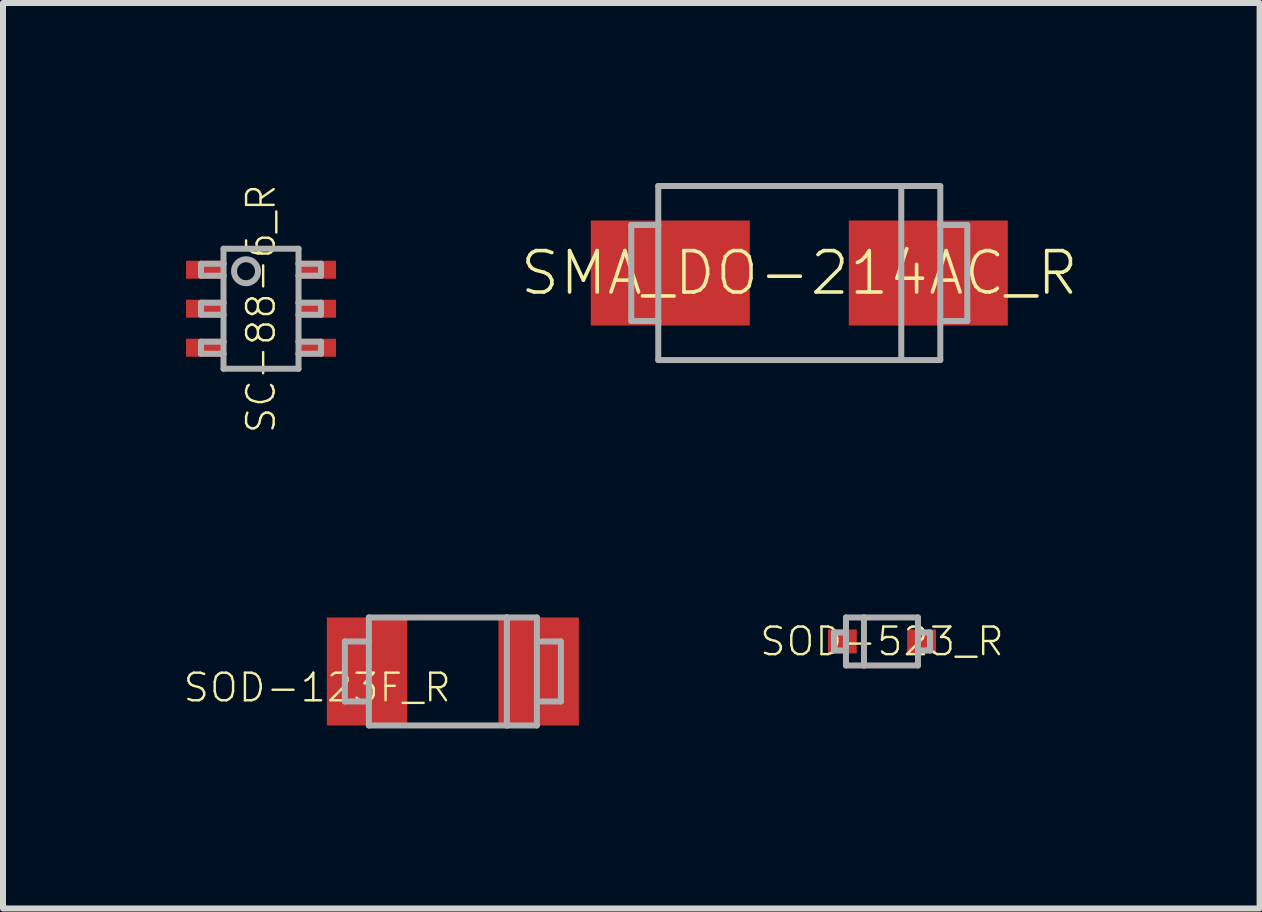
<source format=kicad_pcb>
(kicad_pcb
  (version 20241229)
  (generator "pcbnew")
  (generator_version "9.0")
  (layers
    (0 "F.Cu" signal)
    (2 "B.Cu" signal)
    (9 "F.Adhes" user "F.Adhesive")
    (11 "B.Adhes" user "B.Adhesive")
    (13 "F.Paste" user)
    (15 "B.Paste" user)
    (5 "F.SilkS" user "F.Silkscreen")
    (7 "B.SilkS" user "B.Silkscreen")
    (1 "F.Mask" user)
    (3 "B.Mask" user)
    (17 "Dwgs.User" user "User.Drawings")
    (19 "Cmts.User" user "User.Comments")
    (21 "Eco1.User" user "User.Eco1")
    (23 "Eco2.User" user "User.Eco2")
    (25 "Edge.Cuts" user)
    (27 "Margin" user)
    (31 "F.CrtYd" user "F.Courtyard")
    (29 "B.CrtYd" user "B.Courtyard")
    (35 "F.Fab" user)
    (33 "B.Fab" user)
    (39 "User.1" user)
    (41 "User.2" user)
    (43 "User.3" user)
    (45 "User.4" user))
  (footprint "SOD-523_R"
    (layer "F.Cu")
    (at 11.648 7.64)
    (property "Reference" "SOD-523_R" (at 0 0 0) (unlocked yes) (layer "F.SilkS") (effects (font (size 0.46 0.46) (thickness 0.04))))
    (fp_poly (pts (xy -0.42 0.2) (xy -0.9 0.2) (xy -0.9 -0.2) (xy -0.42 -0.2)) (stroke (width 0) (type default)) (fill yes) (layer "F.Paste"))
    (fp_poly (pts (xy 0.9 0.2) (xy 0.42 0.2) (xy 0.42 -0.2) (xy 0.9 -0.2)) (stroke (width 0) (type default)) (fill yes) (layer "F.Paste"))
    (fp_line (start -0.8 -0.15) (end -0.8 0.15) (stroke (width 0.1) (type solid)) (layer "F.Fab"))
    (fp_line (start -0.8 0.15) (end -0.6 0.15) (stroke (width 0.1) (type solid)) (layer "F.Fab"))
    (fp_line (start -0.6 -0.4) (end -0.3 -0.4) (stroke (width 0.1) (type solid)) (layer "F.Fab"))
    (fp_line (start -0.6 -0.15) (end -0.8 -0.15) (stroke (width 0.1) (type solid)) (layer "F.Fab"))
    (fp_line (start -0.6 -0.15) (end -0.6 -0.4) (stroke (width 0.1) (type solid)) (layer "F.Fab"))
    (fp_line (start -0.6 0.15) (end -0.6 -0.15) (stroke (width 0.1) (type solid)) (layer "F.Fab"))
    (fp_line (start -0.6 0.4) (end -0.6 0.15) (stroke (width 0.1) (type solid)) (layer "F.Fab"))
    (fp_line (start -0.3 -0.4) (end -0.3 0.4) (stroke (width 0.1) (type solid)) (layer "F.Fab"))
    (fp_line (start -0.3 -0.4) (end 0.6 -0.4) (stroke (width 0.1) (type solid)) (layer "F.Fab"))
    (fp_line (start -0.3 0.4) (end -0.6 0.4) (stroke (width 0.1) (type solid)) (layer "F.Fab"))
    (fp_line (start 0.6 -0.4) (end 0.6 -0.15) (stroke (width 0.1) (type solid)) (layer "F.Fab"))
    (fp_line (start 0.6 -0.15) (end 0.6 0.15) (stroke (width 0.1) (type solid)) (layer "F.Fab"))
    (fp_line (start 0.6 -0.15) (end 0.8 -0.15) (stroke (width 0.1) (type solid)) (layer "F.Fab"))
    (fp_line (start 0.6 0.15) (end 0.6 0.4) (stroke (width 0.1) (type solid)) (layer "F.Fab"))
    (fp_line (start 0.6 0.4) (end -0.3 0.4) (stroke (width 0.1) (type solid)) (layer "F.Fab"))
    (fp_line (start 0.8 -0.15) (end 0.8 0.15) (stroke (width 0.1) (type solid)) (layer "F.Fab"))
    (fp_line (start 0.8 0.15) (end 0.6 0.15) (stroke (width 0.1) (type solid)) (layer "F.Fab"))
    (pad "1" smd rect (at -0.66 0) (size 0.48 0.4) (layers "F.Cu" "F.Mask"))
    (pad "2" smd rect (at 0.66 0) (size 0.48 0.4) (layers "F.Cu" "F.Mask")))
  (footprint "SOD-123F_R"
    (layer "F.Cu")
    (at 4.497 8.14)
    (property "Reference" "SOD-123F_R" (at 0 0 0) (unlocked yes) (layer "F.SilkS") (effects (font (size 0.46 0.46) (thickness 0.04)) (justify right top)))
    (fp_poly (pts (xy -0.76 0.9) (xy -2.1 0.9) (xy -2.1 -0.9) (xy -0.76 -0.9)) (stroke (width 0) (type default)) (fill yes) (layer "F.Paste"))
    (fp_poly (pts (xy 2.1 0.9) (xy 0.76 0.9) (xy 0.76 -0.9) (xy 2.1 -0.9)) (stroke (width 0) (type default)) (fill yes) (layer "F.Paste"))
    (fp_line (start -1.8 -0.5) (end -1.8 0.5) (stroke (width 0.1) (type solid)) (layer "F.Fab"))
    (fp_line (start -1.8 0.5) (end -1.4 0.5) (stroke (width 0.1) (type solid)) (layer "F.Fab"))
    (fp_line (start -1.4 -0.9) (end -1.4 -0.5) (stroke (width 0.1) (type solid)) (layer "F.Fab"))
    (fp_line (start -1.4 -0.5) (end -1.8 -0.5) (stroke (width 0.1) (type solid)) (layer "F.Fab"))
    (fp_line (start -1.4 -0.5) (end -1.4 0.5) (stroke (width 0.1) (type solid)) (layer "F.Fab"))
    (fp_line (start -1.4 0.5) (end -1.4 0.9) (stroke (width 0.1) (type solid)) (layer "F.Fab"))
    (fp_line (start -1.4 0.9) (end 0.9 0.9) (stroke (width 0.1) (type solid)) (layer "F.Fab"))
    (fp_line (start 0.9 -0.9) (end -1.4 -0.9) (stroke (width 0.1) (type solid)) (layer "F.Fab"))
    (fp_line (start 0.9 -0.9) (end 0.9 0.9) (stroke (width 0.1) (type solid)) (layer "F.Fab"))
    (fp_line (start 0.9 0.9) (end 1.4 0.9) (stroke (width 0.1) (type solid)) (layer "F.Fab"))
    (fp_line (start 1.4 -0.9) (end 0.9 -0.9) (stroke (width 0.1) (type solid)) (layer "F.Fab"))
    (fp_line (start 1.4 -0.5) (end 1.4 -0.9) (stroke (width 0.1) (type solid)) (layer "F.Fab"))
    (fp_line (start 1.4 -0.5) (end 1.8 -0.5) (stroke (width 0.1) (type solid)) (layer "F.Fab"))
    (fp_line (start 1.4 0.5) (end 1.4 -0.5) (stroke (width 0.1) (type solid)) (layer "F.Fab"))
    (fp_line (start 1.4 0.9) (end 1.4 0.5) (stroke (width 0.1) (type solid)) (layer "F.Fab"))
    (fp_line (start 1.8 -0.5) (end 1.8 0.5) (stroke (width 0.1) (type solid)) (layer "F.Fab"))
    (fp_line (start 1.8 0.5) (end 1.4 0.5) (stroke (width 0.1) (type solid)) (layer "F.Fab"))
    (pad "A" smd rect (at -1.43 0) (size 1.34 1.8) (layers "F.Cu" "F.Mask"))
    (pad "C" smd rect (at 1.43 0) (size 1.34 1.8) (layers "F.Cu" "F.Mask")))
  (footprint "SMA_DO-214AC_R"
    (layer "F.Cu")
    (at 10.27 1.5)
    (property "Reference" "SMA_DO-214AC_R" (at 0 0 0) (unlocked yes) (layer "F.SilkS") (effects (font (size 0.69 0.69) (thickness 0.06))))
    (fp_line (start -2.8 -0.8) (end -2.8 0.8) (stroke (width 0.1) (type solid)) (layer "F.Fab"))
    (fp_line (start -2.8 0.8) (end -2.35 0.8) (stroke (width 0.1) (type solid)) (layer "F.Fab"))
    (fp_line (start -2.35 -1.45) (end -2.35 -0.8) (stroke (width 0.1) (type solid)) (layer "F.Fab"))
    (fp_line (start -2.35 -0.8) (end -2.8 -0.8) (stroke (width 0.1) (type solid)) (layer "F.Fab"))
    (fp_line (start -2.35 -0.8) (end -2.35 0.8) (stroke (width 0.1) (type solid)) (layer "F.Fab"))
    (fp_line (start -2.35 0.8) (end -2.35 1.45) (stroke (width 0.1) (type solid)) (layer "F.Fab"))
    (fp_line (start -2.35 1.45) (end 1.7 1.45) (stroke (width 0.1) (type solid)) (layer "F.Fab"))
    (fp_line (start 1.7 -1.45) (end -2.35 -1.45) (stroke (width 0.1) (type solid)) (layer "F.Fab"))
    (fp_line (start 1.7 -1.45) (end 1.7 1.45) (stroke (width 0.1) (type solid)) (layer "F.Fab"))
    (fp_line (start 1.7 1.45) (end 2.35 1.45) (stroke (width 0.1) (type solid)) (layer "F.Fab"))
    (fp_line (start 2.35 -1.45) (end 1.7 -1.45) (stroke (width 0.1) (type solid)) (layer "F.Fab"))
    (fp_line (start 2.35 -0.8) (end 2.35 -1.45) (stroke (width 0.1) (type solid)) (layer "F.Fab"))
    (fp_line (start 2.35 -0.8) (end 2.8 -0.8) (stroke (width 0.1) (type solid)) (layer "F.Fab"))
    (fp_line (start 2.35 0.8) (end 2.35 -0.8) (stroke (width 0.1) (type solid)) (layer "F.Fab"))
    (fp_line (start 2.35 1.45) (end 2.35 0.8) (stroke (width 0.1) (type solid)) (layer "F.Fab"))
    (fp_line (start 2.8 -0.8) (end 2.8 0.8) (stroke (width 0.1) (type solid)) (layer "F.Fab"))
    (fp_line (start 2.8 0.8) (end 2.35 0.8) (stroke (width 0.1) (type solid)) (layer "F.Fab"))
    (pad "A" smd rect (at -2.15 0) (size 2.65 1.75) (layers "F.Cu" "F.Mask" "F.Paste"))
    (pad "C" smd rect (at 2.15 0) (size 2.65 1.75) (layers "F.Cu" "F.Mask" "F.Paste")))
  (footprint "SC-88-6_R"
    (layer "F.Cu")
    (at 1.3 2.095)
    (property "Reference" "SC-88-6_R" (at 0 0 90) (unlocked yes) (layer "F.SilkS") (effects (font (size 0.46 0.46) (thickness 0.04))))
    (fp_poly (pts (xy -1.3 -0.45) (xy -0.54 -0.45) (xy -0.54 -0.85) (xy -1.3 -0.85)) (stroke (width 0) (type default)) (fill yes) (layer "F.Mask"))
    (fp_poly (pts (xy -1.3 0.2) (xy -0.54 0.2) (xy -0.54 -0.2) (xy -1.3 -0.2)) (stroke (width 0) (type default)) (fill yes) (layer "F.Mask"))
    (fp_poly (pts (xy -1.3 0.85) (xy -0.54 0.85) (xy -0.54 0.45) (xy -1.3 0.45)) (stroke (width 0) (type default)) (fill yes) (layer "F.Mask"))
    (fp_poly (pts (xy 0.54 -0.45) (xy 1.3 -0.45) (xy 1.3 -0.85) (xy 0.54 -0.85)) (stroke (width 0) (type default)) (fill yes) (layer "F.Mask"))
    (fp_poly (pts (xy 0.54 0.2) (xy 1.3 0.2) (xy 1.3 -0.2) (xy 0.54 -0.2)) (stroke (width 0) (type default)) (fill yes) (layer "F.Mask"))
    (fp_poly (pts (xy 0.54 0.85) (xy 1.3 0.85) (xy 1.3 0.45) (xy 0.54 0.45)) (stroke (width 0) (type default)) (fill yes) (layer "F.Mask"))
    (fp_line (start -1 -0.75) (end -1 -0.55) (stroke (width 0.1) (type solid)) (layer "F.Fab"))
    (fp_line (start -1 -0.55) (end -0.625 -0.55) (stroke (width 0.1) (type solid)) (layer "F.Fab"))
    (fp_line (start -1 -0.1) (end -1 0.1) (stroke (width 0.1) (type solid)) (layer "F.Fab"))
    (fp_line (start -1 0.1) (end -0.625 0.1) (stroke (width 0.1) (type solid)) (layer "F.Fab"))
    (fp_line (start -1 0.55) (end -1 0.75) (stroke (width 0.1) (type solid)) (layer "F.Fab"))
    (fp_line (start -1 0.75) (end -0.625 0.75) (stroke (width 0.1) (type solid)) (layer "F.Fab"))
    (fp_line (start -0.625 -1) (end -0.625 -0.75) (stroke (width 0.1) (type solid)) (layer "F.Fab"))
    (fp_line (start -0.625 -0.75) (end -1 -0.75) (stroke (width 0.1) (type solid)) (layer "F.Fab"))
    (fp_line (start -0.625 -0.75) (end -0.625 -0.55) (stroke (width 0.1) (type solid)) (layer "F.Fab"))
    (fp_line (start -0.625 -0.55) (end -0.625 -0.1) (stroke (width 0.1) (type solid)) (layer "F.Fab"))
    (fp_line (start -0.625 -0.1) (end -1 -0.1) (stroke (width 0.1) (type solid)) (layer "F.Fab"))
    (fp_line (start -0.625 -0.1) (end -0.625 0.1) (stroke (width 0.1) (type solid)) (layer "F.Fab"))
    (fp_line (start -0.625 0.1) (end -0.625 0.55) (stroke (width 0.1) (type solid)) (layer "F.Fab"))
    (fp_line (start -0.625 0.55) (end -1 0.55) (stroke (width 0.1) (type solid)) (layer "F.Fab"))
    (fp_line (start -0.625 0.55) (end -0.625 0.75) (stroke (width 0.1) (type solid)) (layer "F.Fab"))
    (fp_line (start -0.625 0.75) (end -0.625 1) (stroke (width 0.1) (type solid)) (layer "F.Fab"))
    (fp_line (start -0.625 1) (end 0.625 1) (stroke (width 0.1) (type solid)) (layer "F.Fab"))
    (fp_line (start 0.625 -1) (end -0.625 -1) (stroke (width 0.1) (type solid)) (layer "F.Fab"))
    (fp_line (start 0.625 -0.75) (end 0.625 -1) (stroke (width 0.1) (type solid)) (layer "F.Fab"))
    (fp_line (start 0.625 -0.55) (end 0.625 -0.75) (stroke (width 0.1) (type solid)) (layer "F.Fab"))
    (fp_line (start 0.625 -0.55) (end 1 -0.55) (stroke (width 0.1) (type solid)) (layer "F.Fab"))
    (fp_line (start 0.625 -0.1) (end 0.625 -0.55) (stroke (width 0.1) (type solid)) (layer "F.Fab"))
    (fp_line (start 0.625 0.1) (end 0.625 -0.1) (stroke (width 0.1) (type solid)) (layer "F.Fab"))
    (fp_line (start 0.625 0.1) (end 1 0.1) (stroke (width 0.1) (type solid)) (layer "F.Fab"))
    (fp_line (start 0.625 0.55) (end 0.625 0.1) (stroke (width 0.1) (type solid)) (layer "F.Fab"))
    (fp_line (start 0.625 0.75) (end 0.625 0.55) (stroke (width 0.1) (type solid)) (layer "F.Fab"))
    (fp_line (start 0.625 0.75) (end 1 0.75) (stroke (width 0.1) (type solid)) (layer "F.Fab"))
    (fp_line (start 0.625 1) (end 0.625 0.75) (stroke (width 0.1) (type solid)) (layer "F.Fab"))
    (fp_line (start 1 -0.75) (end 0.625 -0.75) (stroke (width 0.1) (type solid)) (layer "F.Fab"))
    (fp_line (start 1 -0.55) (end 1 -0.75) (stroke (width 0.1) (type solid)) (layer "F.Fab"))
    (fp_line (start 1 -0.1) (end 0.625 -0.1) (stroke (width 0.1) (type solid)) (layer "F.Fab"))
    (fp_line (start 1 0.1) (end 1 -0.1) (stroke (width 0.1) (type solid)) (layer "F.Fab"))
    (fp_line (start 1 0.55) (end 0.625 0.55) (stroke (width 0.1) (type solid)) (layer "F.Fab"))
    (fp_line (start 1 0.75) (end 1 0.55) (stroke (width 0.1) (type solid)) (layer "F.Fab"))
    (fp_circle (center -0.25 -0.625) (end -0.05 -0.625) (stroke (width 0.1) (type solid)) (fill no) (layer "F.Fab"))
    (pad "1" smd rect (at -0.92 -0.65 90) (size 0.3 0.66) (layers "F.Cu" "F.Paste"))
    (pad "2" smd rect (at -0.92 0 90) (size 0.3 0.66) (layers "F.Cu" "F.Paste"))
    (pad "3" smd rect (at -0.92 0.65 90) (size 0.3 0.66) (layers "F.Cu" "F.Paste"))
    (pad "4" smd rect (at 0.92 0.65 90) (size 0.3 0.66) (layers "F.Cu" "F.Paste"))
    (pad "5" smd rect (at 0.92 0 90) (size 0.3 0.66) (layers "F.Cu" "F.Paste"))
    (pad "6" smd rect (at 0.92 -0.65 90) (size 0.3 0.66) (layers "F.Cu" "F.Paste")))
  (gr_rect
    (start -3 -3)
    (end 17.941 12.09)
    (stroke (width 0.1) (type default))
    (fill no)
    (layer "Edge.Cuts")))
</source>
